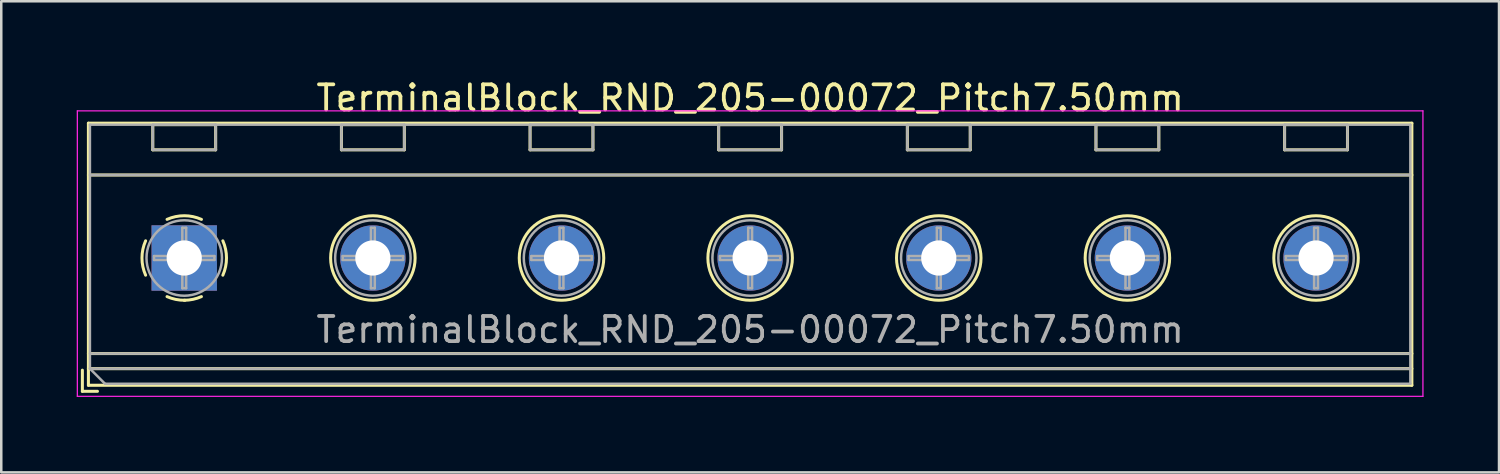
<source format=kicad_pcb>
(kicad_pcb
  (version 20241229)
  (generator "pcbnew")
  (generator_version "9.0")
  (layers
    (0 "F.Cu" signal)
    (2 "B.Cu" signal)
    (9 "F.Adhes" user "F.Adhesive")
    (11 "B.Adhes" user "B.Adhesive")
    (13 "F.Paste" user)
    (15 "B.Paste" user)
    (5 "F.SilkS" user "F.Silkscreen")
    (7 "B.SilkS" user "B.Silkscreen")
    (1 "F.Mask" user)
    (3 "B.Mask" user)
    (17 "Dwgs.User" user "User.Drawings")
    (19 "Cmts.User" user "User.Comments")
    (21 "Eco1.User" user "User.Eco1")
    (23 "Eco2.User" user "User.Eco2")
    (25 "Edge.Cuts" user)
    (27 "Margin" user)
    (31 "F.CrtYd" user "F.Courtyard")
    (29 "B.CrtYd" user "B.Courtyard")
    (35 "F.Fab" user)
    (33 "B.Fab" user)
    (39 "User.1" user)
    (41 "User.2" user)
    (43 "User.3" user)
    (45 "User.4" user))
  (footprint "TerminalBlock_RND_205-00072_Pitch7.50mm"
    (layer "F.Cu")
    (at 4.275 7.208)
    (property "Reference" "TerminalBlock_RND_205-00072_Pitch7.50mm" (at 22.5 -6.36 0) (layer "F.SilkS") (effects (font (size 1 1) (thickness 0.15))))
    (attr through_hole)
    (fp_line (start -4.05 4.46) (end -4.05 5.3) (stroke (width 0.12) (type solid)) (layer "F.SilkS"))
    (fp_line (start -4.05 5.3) (end -3.45 5.3) (stroke (width 0.12) (type solid)) (layer "F.SilkS"))
    (fp_line (start -3.81 -5.36) (end -3.81 5.06) (stroke (width 0.12) (type solid)) (layer "F.SilkS"))
    (fp_line (start -3.81 -3.3) (end 48.81 -3.3) (stroke (width 0.12) (type solid)) (layer "F.SilkS"))
    (fp_line (start -3.81 3.8) (end 48.81 3.8) (stroke (width 0.12) (type solid)) (layer "F.SilkS"))
    (fp_line (start -3.81 4.4) (end 48.81 4.4) (stroke (width 0.12) (type solid)) (layer "F.SilkS"))
    (fp_line (start -3.81 5.06) (end 48.81 5.06) (stroke (width 0.12) (type solid)) (layer "F.SilkS"))
    (fp_line (start -1.25 -5.301) (end -1.25 -4.301) (stroke (width 0.12) (type solid)) (layer "F.SilkS"))
    (fp_line (start -1.25 -5.301) (end 1.25 -5.301) (stroke (width 0.12) (type solid)) (layer "F.SilkS"))
    (fp_line (start -1.25 -4.301) (end 1.25 -4.301) (stroke (width 0.12) (type solid)) (layer "F.SilkS"))
    (fp_line (start 1.25 -5.301) (end 1.25 -4.301) (stroke (width 0.12) (type solid)) (layer "F.SilkS"))
    (fp_line (start 6.25 -5.301) (end 6.25 -4.301) (stroke (width 0.12) (type solid)) (layer "F.SilkS"))
    (fp_line (start 6.25 -5.301) (end 8.75 -5.301) (stroke (width 0.12) (type solid)) (layer "F.SilkS"))
    (fp_line (start 6.25 -4.301) (end 8.75 -4.301) (stroke (width 0.12) (type solid)) (layer "F.SilkS"))
    (fp_line (start 8.75 -5.301) (end 8.75 -4.301) (stroke (width 0.12) (type solid)) (layer "F.SilkS"))
    (fp_line (start 13.75 -5.301) (end 13.75 -4.301) (stroke (width 0.12) (type solid)) (layer "F.SilkS"))
    (fp_line (start 13.75 -5.301) (end 16.25 -5.301) (stroke (width 0.12) (type solid)) (layer "F.SilkS"))
    (fp_line (start 13.75 -4.301) (end 16.25 -4.301) (stroke (width 0.12) (type solid)) (layer "F.SilkS"))
    (fp_line (start 16.25 -5.301) (end 16.25 -4.301) (stroke (width 0.12) (type solid)) (layer "F.SilkS"))
    (fp_line (start 21.25 -5.301) (end 21.25 -4.301) (stroke (width 0.12) (type solid)) (layer "F.SilkS"))
    (fp_line (start 21.25 -5.301) (end 23.75 -5.301) (stroke (width 0.12) (type solid)) (layer "F.SilkS"))
    (fp_line (start 21.25 -4.301) (end 23.75 -4.301) (stroke (width 0.12) (type solid)) (layer "F.SilkS"))
    (fp_line (start 23.75 -5.301) (end 23.75 -4.301) (stroke (width 0.12) (type solid)) (layer "F.SilkS"))
    (fp_line (start 28.75 -5.301) (end 28.75 -4.301) (stroke (width 0.12) (type solid)) (layer "F.SilkS"))
    (fp_line (start 28.75 -5.301) (end 31.25 -5.301) (stroke (width 0.12) (type solid)) (layer "F.SilkS"))
    (fp_line (start 28.75 -4.301) (end 31.25 -4.301) (stroke (width 0.12) (type solid)) (layer "F.SilkS"))
    (fp_line (start 31.25 -5.301) (end 31.25 -4.301) (stroke (width 0.12) (type solid)) (layer "F.SilkS"))
    (fp_line (start 36.25 -5.301) (end 36.25 -4.301) (stroke (width 0.12) (type solid)) (layer "F.SilkS"))
    (fp_line (start 36.25 -5.301) (end 38.75 -5.301) (stroke (width 0.12) (type solid)) (layer "F.SilkS"))
    (fp_line (start 36.25 -4.301) (end 38.75 -4.301) (stroke (width 0.12) (type solid)) (layer "F.SilkS"))
    (fp_line (start 38.75 -5.301) (end 38.75 -4.301) (stroke (width 0.12) (type solid)) (layer "F.SilkS"))
    (fp_line (start 43.75 -5.301) (end 43.75 -4.301) (stroke (width 0.12) (type solid)) (layer "F.SilkS"))
    (fp_line (start 43.75 -5.301) (end 46.25 -5.301) (stroke (width 0.12) (type solid)) (layer "F.SilkS"))
    (fp_line (start 43.75 -4.301) (end 46.25 -4.301) (stroke (width 0.12) (type solid)) (layer "F.SilkS"))
    (fp_line (start 46.25 -5.301) (end 46.25 -4.301) (stroke (width 0.12) (type solid)) (layer "F.SilkS"))
    (fp_line (start 48.81 -5.36) (end -3.81 -5.36) (stroke (width 0.12) (type solid)) (layer "F.SilkS"))
    (fp_line (start 48.81 5.06) (end 48.81 -5.36) (stroke (width 0.12) (type solid)) (layer "F.SilkS"))
    (fp_arc (start -1.535427 0.683042) (mid -1.680501 -0.000524) (end -1.535 -0.684) (stroke (width 0.12) (type solid)) (layer "F.SilkS"))
    (fp_arc (start -0.683042 -1.535427) (mid 0.000524 -1.680501) (end 0.684 -1.535) (stroke (width 0.12) (type solid)) (layer "F.SilkS"))
    (fp_arc (start 0.028805 1.680253) (mid -0.335551 1.646659) (end -0.684 1.535) (stroke (width 0.12) (type solid)) (layer "F.SilkS"))
    (fp_arc (start 0.683318 1.534756) (mid 0.349292 1.643288) (end 0 1.68) (stroke (width 0.12) (type solid)) (layer "F.SilkS"))
    (fp_arc (start 1.535427 -0.683042) (mid 1.680501 0.000524) (end 1.535 0.684) (stroke (width 0.12) (type solid)) (layer "F.SilkS"))
    (fp_circle (center 7.5 0) (end 9.18 0) (stroke (width 0.12) (type solid)) (fill no) (layer "F.SilkS"))
    (fp_circle (center 15 0) (end 16.68 0) (stroke (width 0.12) (type solid)) (fill no) (layer "F.SilkS"))
    (fp_circle (center 22.5 0) (end 24.18 0) (stroke (width 0.12) (type solid)) (fill no) (layer "F.SilkS"))
    (fp_circle (center 30 0) (end 31.68 0) (stroke (width 0.12) (type solid)) (fill no) (layer "F.SilkS"))
    (fp_circle (center 37.5 0) (end 39.18 0) (stroke (width 0.12) (type solid)) (fill no) (layer "F.SilkS"))
    (fp_circle (center 45 0) (end 46.68 0) (stroke (width 0.12) (type solid)) (fill no) (layer "F.SilkS"))
    (fp_line (start -4.25 -5.85) (end -4.25 5.5) (stroke (width 0.05) (type solid)) (layer "F.CrtYd"))
    (fp_line (start -4.25 5.5) (end 49.25 5.5) (stroke (width 0.05) (type solid)) (layer "F.CrtYd"))
    (fp_line (start 49.25 -5.85) (end -4.25 -5.85) (stroke (width 0.05) (type solid)) (layer "F.CrtYd"))
    (fp_line (start 49.25 5.5) (end 49.25 -5.85) (stroke (width 0.05) (type solid)) (layer "F.CrtYd"))
    (fp_line (start -3.75 -5.3) (end 48.75 -5.3) (stroke (width 0.1) (type solid)) (layer "F.Fab"))
    (fp_line (start -3.75 -3.3) (end 48.75 -3.3) (stroke (width 0.1) (type solid)) (layer "F.Fab"))
    (fp_line (start -3.75 3.8) (end 48.75 3.8) (stroke (width 0.1) (type solid)) (layer "F.Fab"))
    (fp_line (start -3.75 4.4) (end -3.75 -5.3) (stroke (width 0.1) (type solid)) (layer "F.Fab"))
    (fp_line (start -3.75 4.4) (end 48.75 4.4) (stroke (width 0.1) (type solid)) (layer "F.Fab"))
    (fp_line (start -3.15 5) (end -3.75 4.4) (stroke (width 0.1) (type solid)) (layer "F.Fab"))
    (fp_line (start -1.25 -5.3) (end -1.25 -4.3) (stroke (width 0.1) (type solid)) (layer "F.Fab"))
    (fp_line (start -1.25 -4.3) (end 1.25 -4.3) (stroke (width 0.1) (type solid)) (layer "F.Fab"))
    (fp_line (start -1.201 -0.076) (end -0.076 -0.076) (stroke (width 0.1) (type solid)) (layer "F.Fab"))
    (fp_line (start -1.201 0.076) (end -1.201 -0.076) (stroke (width 0.1) (type solid)) (layer "F.Fab"))
    (fp_line (start -0.076 -1.201) (end 0.076 -1.201) (stroke (width 0.1) (type solid)) (layer "F.Fab"))
    (fp_line (start -0.076 -0.076) (end -0.076 -1.201) (stroke (width 0.1) (type solid)) (layer "F.Fab"))
    (fp_line (start -0.076 0.076) (end -1.201 0.076) (stroke (width 0.1) (type solid)) (layer "F.Fab"))
    (fp_line (start -0.076 1.201) (end -0.076 0.076) (stroke (width 0.1) (type solid)) (layer "F.Fab"))
    (fp_line (start 0.076 -1.201) (end 0.076 -0.076) (stroke (width 0.1) (type solid)) (layer "F.Fab"))
    (fp_line (start 0.076 -0.076) (end 1.201 -0.076) (stroke (width 0.1) (type solid)) (layer "F.Fab"))
    (fp_line (start 0.076 0.076) (end 0.076 1.201) (stroke (width 0.1) (type solid)) (layer "F.Fab"))
    (fp_line (start 0.076 1.201) (end -0.076 1.201) (stroke (width 0.1) (type solid)) (layer "F.Fab"))
    (fp_line (start 1.201 -0.076) (end 1.201 0.076) (stroke (width 0.1) (type solid)) (layer "F.Fab"))
    (fp_line (start 1.201 0.076) (end 0.076 0.076) (stroke (width 0.1) (type solid)) (layer "F.Fab"))
    (fp_line (start 1.25 -5.3) (end -1.25 -5.3) (stroke (width 0.1) (type solid)) (layer "F.Fab"))
    (fp_line (start 1.25 -4.3) (end 1.25 -5.3) (stroke (width 0.1) (type solid)) (layer "F.Fab"))
    (fp_line (start 6.25 -5.3) (end 6.25 -4.3) (stroke (width 0.1) (type solid)) (layer "F.Fab"))
    (fp_line (start 6.25 -4.3) (end 8.75 -4.3) (stroke (width 0.1) (type solid)) (layer "F.Fab"))
    (fp_line (start 6.299 -0.076) (end 7.424 -0.076) (stroke (width 0.1) (type solid)) (layer "F.Fab"))
    (fp_line (start 6.299 0.076) (end 6.299 -0.076) (stroke (width 0.1) (type solid)) (layer "F.Fab"))
    (fp_line (start 7.424 -1.201) (end 7.576 -1.201) (stroke (width 0.1) (type solid)) (layer "F.Fab"))
    (fp_line (start 7.424 -0.076) (end 7.424 -1.201) (stroke (width 0.1) (type solid)) (layer "F.Fab"))
    (fp_line (start 7.424 0.076) (end 6.299 0.076) (stroke (width 0.1) (type solid)) (layer "F.Fab"))
    (fp_line (start 7.424 1.201) (end 7.424 0.076) (stroke (width 0.1) (type solid)) (layer "F.Fab"))
    (fp_line (start 7.576 -1.201) (end 7.576 -0.076) (stroke (width 0.1) (type solid)) (layer "F.Fab"))
    (fp_line (start 7.576 -0.076) (end 8.701 -0.076) (stroke (width 0.1) (type solid)) (layer "F.Fab"))
    (fp_line (start 7.576 0.076) (end 7.576 1.201) (stroke (width 0.1) (type solid)) (layer "F.Fab"))
    (fp_line (start 7.576 1.201) (end 7.424 1.201) (stroke (width 0.1) (type solid)) (layer "F.Fab"))
    (fp_line (start 8.701 -0.076) (end 8.701 0.076) (stroke (width 0.1) (type solid)) (layer "F.Fab"))
    (fp_line (start 8.701 0.076) (end 7.576 0.076) (stroke (width 0.1) (type solid)) (layer "F.Fab"))
    (fp_line (start 8.75 -5.3) (end 6.25 -5.3) (stroke (width 0.1) (type solid)) (layer "F.Fab"))
    (fp_line (start 8.75 -4.3) (end 8.75 -5.3) (stroke (width 0.1) (type solid)) (layer "F.Fab"))
    (fp_line (start 13.75 -5.3) (end 13.75 -4.3) (stroke (width 0.1) (type solid)) (layer "F.Fab"))
    (fp_line (start 13.75 -4.3) (end 16.25 -4.3) (stroke (width 0.1) (type solid)) (layer "F.Fab"))
    (fp_line (start 13.799 -0.076) (end 14.924 -0.076) (stroke (width 0.1) (type solid)) (layer "F.Fab"))
    (fp_line (start 13.799 0.076) (end 13.799 -0.076) (stroke (width 0.1) (type solid)) (layer "F.Fab"))
    (fp_line (start 14.924 -1.201) (end 15.076 -1.201) (stroke (width 0.1) (type solid)) (layer "F.Fab"))
    (fp_line (start 14.924 -0.076) (end 14.924 -1.201) (stroke (width 0.1) (type solid)) (layer "F.Fab"))
    (fp_line (start 14.924 0.076) (end 13.799 0.076) (stroke (width 0.1) (type solid)) (layer "F.Fab"))
    (fp_line (start 14.924 1.201) (end 14.924 0.076) (stroke (width 0.1) (type solid)) (layer "F.Fab"))
    (fp_line (start 15.076 -1.201) (end 15.076 -0.076) (stroke (width 0.1) (type solid)) (layer "F.Fab"))
    (fp_line (start 15.076 -0.076) (end 16.201 -0.076) (stroke (width 0.1) (type solid)) (layer "F.Fab"))
    (fp_line (start 15.076 0.076) (end 15.076 1.201) (stroke (width 0.1) (type solid)) (layer "F.Fab"))
    (fp_line (start 15.076 1.201) (end 14.924 1.201) (stroke (width 0.1) (type solid)) (layer "F.Fab"))
    (fp_line (start 16.201 -0.076) (end 16.201 0.076) (stroke (width 0.1) (type solid)) (layer "F.Fab"))
    (fp_line (start 16.201 0.076) (end 15.076 0.076) (stroke (width 0.1) (type solid)) (layer "F.Fab"))
    (fp_line (start 16.25 -5.3) (end 13.75 -5.3) (stroke (width 0.1) (type solid)) (layer "F.Fab"))
    (fp_line (start 16.25 -4.3) (end 16.25 -5.3) (stroke (width 0.1) (type solid)) (layer "F.Fab"))
    (fp_line (start 21.25 -5.3) (end 21.25 -4.3) (stroke (width 0.1) (type solid)) (layer "F.Fab"))
    (fp_line (start 21.25 -4.3) (end 23.75 -4.3) (stroke (width 0.1) (type solid)) (layer "F.Fab"))
    (fp_line (start 21.299 -0.076) (end 22.424 -0.076) (stroke (width 0.1) (type solid)) (layer "F.Fab"))
    (fp_line (start 21.299 0.076) (end 21.299 -0.076) (stroke (width 0.1) (type solid)) (layer "F.Fab"))
    (fp_line (start 22.424 -1.201) (end 22.576 -1.201) (stroke (width 0.1) (type solid)) (layer "F.Fab"))
    (fp_line (start 22.424 -0.076) (end 22.424 -1.201) (stroke (width 0.1) (type solid)) (layer "F.Fab"))
    (fp_line (start 22.424 0.076) (end 21.299 0.076) (stroke (width 0.1) (type solid)) (layer "F.Fab"))
    (fp_line (start 22.424 1.201) (end 22.424 0.076) (stroke (width 0.1) (type solid)) (layer "F.Fab"))
    (fp_line (start 22.576 -1.201) (end 22.576 -0.076) (stroke (width 0.1) (type solid)) (layer "F.Fab"))
    (fp_line (start 22.576 -0.076) (end 23.701 -0.076) (stroke (width 0.1) (type solid)) (layer "F.Fab"))
    (fp_line (start 22.576 0.076) (end 22.576 1.201) (stroke (width 0.1) (type solid)) (layer "F.Fab"))
    (fp_line (start 22.576 1.201) (end 22.424 1.201) (stroke (width 0.1) (type solid)) (layer "F.Fab"))
    (fp_line (start 23.701 -0.076) (end 23.701 0.076) (stroke (width 0.1) (type solid)) (layer "F.Fab"))
    (fp_line (start 23.701 0.076) (end 22.576 0.076) (stroke (width 0.1) (type solid)) (layer "F.Fab"))
    (fp_line (start 23.75 -5.3) (end 21.25 -5.3) (stroke (width 0.1) (type solid)) (layer "F.Fab"))
    (fp_line (start 23.75 -4.3) (end 23.75 -5.3) (stroke (width 0.1) (type solid)) (layer "F.Fab"))
    (fp_line (start 28.75 -5.3) (end 28.75 -4.3) (stroke (width 0.1) (type solid)) (layer "F.Fab"))
    (fp_line (start 28.75 -4.3) (end 31.25 -4.3) (stroke (width 0.1) (type solid)) (layer "F.Fab"))
    (fp_line (start 28.799 -0.076) (end 29.924 -0.076) (stroke (width 0.1) (type solid)) (layer "F.Fab"))
    (fp_line (start 28.799 0.076) (end 28.799 -0.076) (stroke (width 0.1) (type solid)) (layer "F.Fab"))
    (fp_line (start 29.924 -1.201) (end 30.076 -1.201) (stroke (width 0.1) (type solid)) (layer "F.Fab"))
    (fp_line (start 29.924 -0.076) (end 29.924 -1.201) (stroke (width 0.1) (type solid)) (layer "F.Fab"))
    (fp_line (start 29.924 0.076) (end 28.799 0.076) (stroke (width 0.1) (type solid)) (layer "F.Fab"))
    (fp_line (start 29.924 1.201) (end 29.924 0.076) (stroke (width 0.1) (type solid)) (layer "F.Fab"))
    (fp_line (start 30.076 -1.201) (end 30.076 -0.076) (stroke (width 0.1) (type solid)) (layer "F.Fab"))
    (fp_line (start 30.076 -0.076) (end 31.201 -0.076) (stroke (width 0.1) (type solid)) (layer "F.Fab"))
    (fp_line (start 30.076 0.076) (end 30.076 1.201) (stroke (width 0.1) (type solid)) (layer "F.Fab"))
    (fp_line (start 30.076 1.201) (end 29.924 1.201) (stroke (width 0.1) (type solid)) (layer "F.Fab"))
    (fp_line (start 31.201 -0.076) (end 31.201 0.076) (stroke (width 0.1) (type solid)) (layer "F.Fab"))
    (fp_line (start 31.201 0.076) (end 30.076 0.076) (stroke (width 0.1) (type solid)) (layer "F.Fab"))
    (fp_line (start 31.25 -5.3) (end 28.75 -5.3) (stroke (width 0.1) (type solid)) (layer "F.Fab"))
    (fp_line (start 31.25 -4.3) (end 31.25 -5.3) (stroke (width 0.1) (type solid)) (layer "F.Fab"))
    (fp_line (start 36.25 -5.3) (end 36.25 -4.3) (stroke (width 0.1) (type solid)) (layer "F.Fab"))
    (fp_line (start 36.25 -4.3) (end 38.75 -4.3) (stroke (width 0.1) (type solid)) (layer "F.Fab"))
    (fp_line (start 36.299 -0.076) (end 37.424 -0.076) (stroke (width 0.1) (type solid)) (layer "F.Fab"))
    (fp_line (start 36.299 0.076) (end 36.299 -0.076) (stroke (width 0.1) (type solid)) (layer "F.Fab"))
    (fp_line (start 37.424 -1.201) (end 37.576 -1.201) (stroke (width 0.1) (type solid)) (layer "F.Fab"))
    (fp_line (start 37.424 -0.076) (end 37.424 -1.201) (stroke (width 0.1) (type solid)) (layer "F.Fab"))
    (fp_line (start 37.424 0.076) (end 36.299 0.076) (stroke (width 0.1) (type solid)) (layer "F.Fab"))
    (fp_line (start 37.424 1.201) (end 37.424 0.076) (stroke (width 0.1) (type solid)) (layer "F.Fab"))
    (fp_line (start 37.576 -1.201) (end 37.576 -0.076) (stroke (width 0.1) (type solid)) (layer "F.Fab"))
    (fp_line (start 37.576 -0.076) (end 38.701 -0.076) (stroke (width 0.1) (type solid)) (layer "F.Fab"))
    (fp_line (start 37.576 0.076) (end 37.576 1.201) (stroke (width 0.1) (type solid)) (layer "F.Fab"))
    (fp_line (start 37.576 1.201) (end 37.424 1.201) (stroke (width 0.1) (type solid)) (layer "F.Fab"))
    (fp_line (start 38.701 -0.076) (end 38.701 0.076) (stroke (width 0.1) (type solid)) (layer "F.Fab"))
    (fp_line (start 38.701 0.076) (end 37.576 0.076) (stroke (width 0.1) (type solid)) (layer "F.Fab"))
    (fp_line (start 38.75 -5.3) (end 36.25 -5.3) (stroke (width 0.1) (type solid)) (layer "F.Fab"))
    (fp_line (start 38.75 -4.3) (end 38.75 -5.3) (stroke (width 0.1) (type solid)) (layer "F.Fab"))
    (fp_line (start 43.75 -5.3) (end 43.75 -4.3) (stroke (width 0.1) (type solid)) (layer "F.Fab"))
    (fp_line (start 43.75 -4.3) (end 46.25 -4.3) (stroke (width 0.1) (type solid)) (layer "F.Fab"))
    (fp_line (start 43.799 -0.076) (end 44.924 -0.076) (stroke (width 0.1) (type solid)) (layer "F.Fab"))
    (fp_line (start 43.799 0.076) (end 43.799 -0.076) (stroke (width 0.1) (type solid)) (layer "F.Fab"))
    (fp_line (start 44.924 -1.201) (end 45.076 -1.201) (stroke (width 0.1) (type solid)) (layer "F.Fab"))
    (fp_line (start 44.924 -0.076) (end 44.924 -1.201) (stroke (width 0.1) (type solid)) (layer "F.Fab"))
    (fp_line (start 44.924 0.076) (end 43.799 0.076) (stroke (width 0.1) (type solid)) (layer "F.Fab"))
    (fp_line (start 44.924 1.201) (end 44.924 0.076) (stroke (width 0.1) (type solid)) (layer "F.Fab"))
    (fp_line (start 45.076 -1.201) (end 45.076 -0.076) (stroke (width 0.1) (type solid)) (layer "F.Fab"))
    (fp_line (start 45.076 -0.076) (end 46.201 -0.076) (stroke (width 0.1) (type solid)) (layer "F.Fab"))
    (fp_line (start 45.076 0.076) (end 45.076 1.201) (stroke (width 0.1) (type solid)) (layer "F.Fab"))
    (fp_line (start 45.076 1.201) (end 44.924 1.201) (stroke (width 0.1) (type solid)) (layer "F.Fab"))
    (fp_line (start 46.201 -0.076) (end 46.201 0.076) (stroke (width 0.1) (type solid)) (layer "F.Fab"))
    (fp_line (start 46.201 0.076) (end 45.076 0.076) (stroke (width 0.1) (type solid)) (layer "F.Fab"))
    (fp_line (start 46.25 -5.3) (end 43.75 -5.3) (stroke (width 0.1) (type solid)) (layer "F.Fab"))
    (fp_line (start 46.25 -4.3) (end 46.25 -5.3) (stroke (width 0.1) (type solid)) (layer "F.Fab"))
    (fp_line (start 48.75 -5.3) (end 48.75 5) (stroke (width 0.1) (type solid)) (layer "F.Fab"))
    (fp_line (start 48.75 5) (end -3.15 5) (stroke (width 0.1) (type solid)) (layer "F.Fab"))
    (fp_circle (center 0 0) (end 1.5 0) (stroke (width 0.1) (type solid)) (fill no) (layer "F.Fab"))
    (fp_circle (center 7.5 0) (end 9 0) (stroke (width 0.1) (type solid)) (fill no) (layer "F.Fab"))
    (fp_circle (center 15 0) (end 16.5 0) (stroke (width 0.1) (type solid)) (fill no) (layer "F.Fab"))
    (fp_circle (center 22.5 0) (end 24 0) (stroke (width 0.1) (type solid)) (fill no) (layer "F.Fab"))
    (fp_circle (center 30 0) (end 31.5 0) (stroke (width 0.1) (type solid)) (fill no) (layer "F.Fab"))
    (fp_circle (center 37.5 0) (end 39 0) (stroke (width 0.1) (type solid)) (fill no) (layer "F.Fab"))
    (fp_circle (center 45 0) (end 46.5 0) (stroke (width 0.1) (type solid)) (fill no) (layer "F.Fab"))
    (fp_text user "${REFERENCE}" (at 22.5 2.85 0) (layer "F.Fab") (effects (font (size 1 1) (thickness 0.15))))
    (pad "1" thru_hole rect (at 0 0) (size 2.6 2.6) (drill 1.4) (layers "*.Cu" "*.Mask"))
    (pad "2" thru_hole circle (at 7.5 0) (size 2.6 2.6) (drill 1.4) (layers "*.Cu" "*.Mask"))
    (pad "3" thru_hole circle (at 15 0) (size 2.6 2.6) (drill 1.4) (layers "*.Cu" "*.Mask"))
    (pad "4" thru_hole circle (at 22.5 0) (size 2.6 2.6) (drill 1.4) (layers "*.Cu" "*.Mask"))
    (pad "5" thru_hole circle (at 30 0) (size 2.6 2.6) (drill 1.4) (layers "*.Cu" "*.Mask"))
    (pad "6" thru_hole circle (at 37.5 0) (size 2.6 2.6) (drill 1.4) (layers "*.Cu" "*.Mask"))
    (pad "7" thru_hole circle (at 45 0) (size 2.6 2.6) (drill 1.4) (layers "*.Cu" "*.Mask")))
  (gr_rect
    (start -3 -3)
    (end 56.55 15.733)
    (stroke (width 0.1) (type default))
    (fill no)
    (layer "Edge.Cuts")))
</source>
